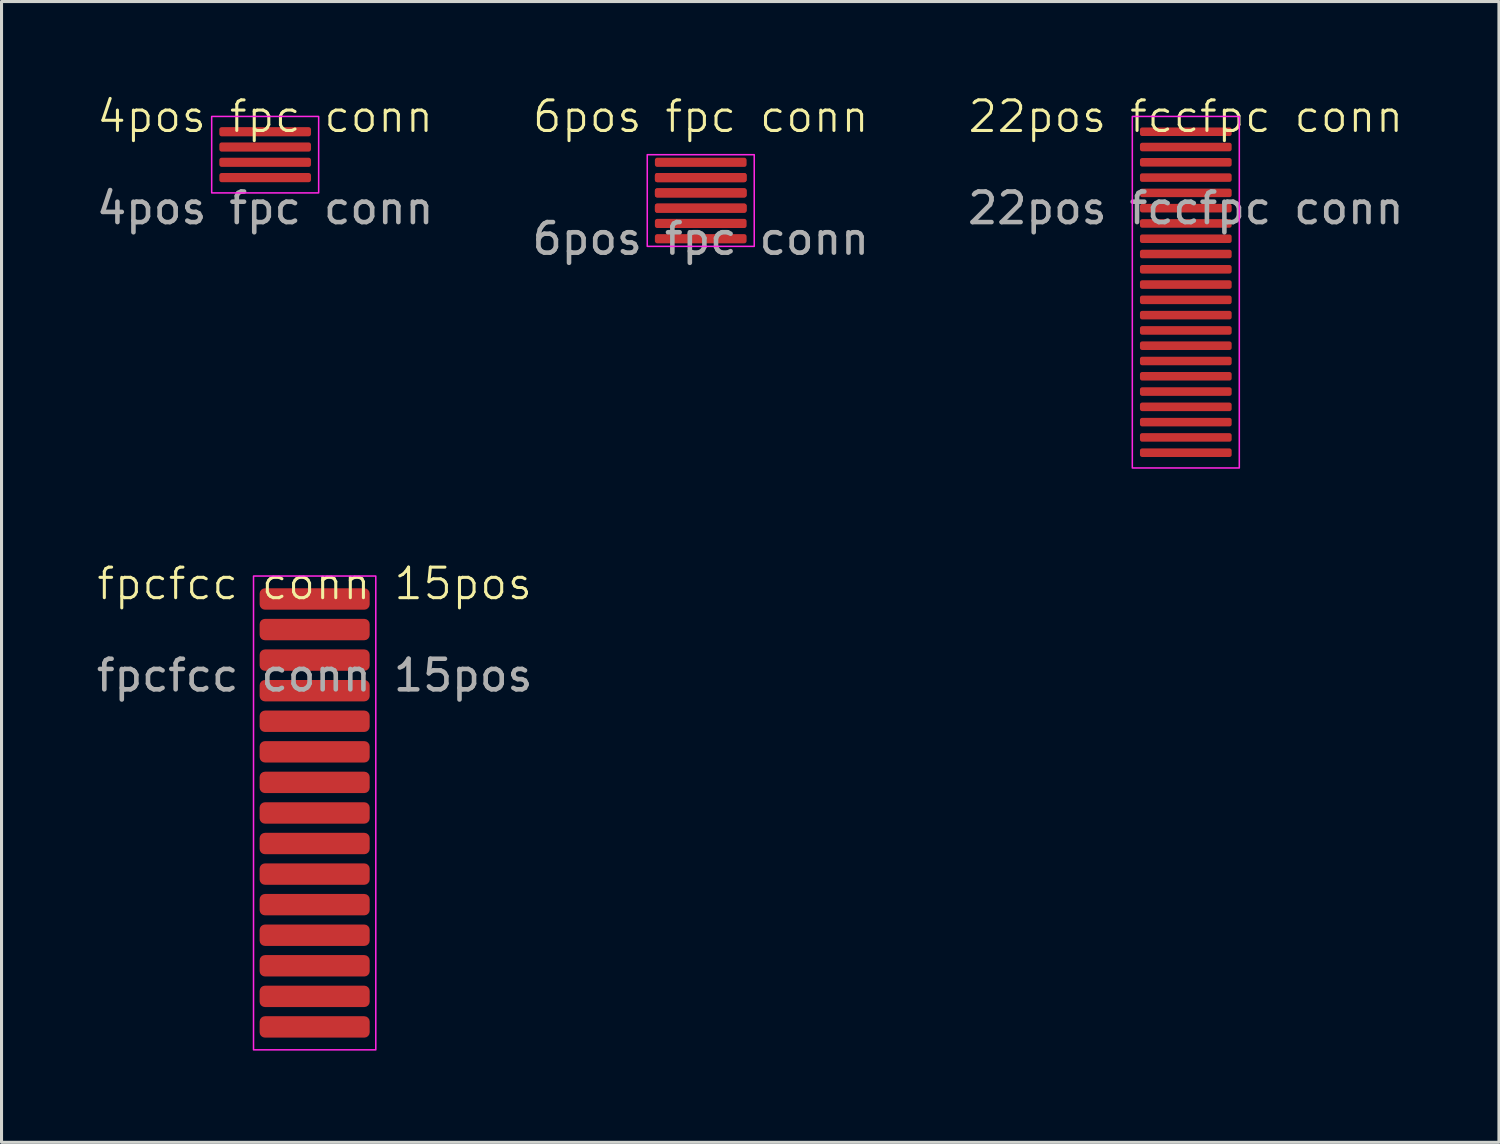
<source format=kicad_pcb>
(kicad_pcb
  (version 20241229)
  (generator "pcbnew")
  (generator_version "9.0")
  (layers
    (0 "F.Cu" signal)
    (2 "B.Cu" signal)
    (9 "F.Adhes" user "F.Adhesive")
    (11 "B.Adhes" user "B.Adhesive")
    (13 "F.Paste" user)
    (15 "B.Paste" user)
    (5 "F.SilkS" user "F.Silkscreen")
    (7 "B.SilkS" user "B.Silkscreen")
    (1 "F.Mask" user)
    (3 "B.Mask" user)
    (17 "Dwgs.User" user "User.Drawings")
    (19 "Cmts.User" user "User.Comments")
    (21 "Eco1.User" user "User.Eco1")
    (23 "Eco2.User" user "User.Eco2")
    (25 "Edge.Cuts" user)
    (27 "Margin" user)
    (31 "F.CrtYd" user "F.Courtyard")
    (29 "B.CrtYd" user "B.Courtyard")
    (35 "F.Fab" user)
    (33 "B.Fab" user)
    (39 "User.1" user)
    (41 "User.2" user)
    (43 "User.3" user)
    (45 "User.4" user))
  (footprint "4pos fpc conn"
    (layer "F.Cu")
    (at 5.625 1.26)
    (property "Reference" "4pos fpc conn" (at 0 -0.5 0) (unlocked yes) (layer "F.SilkS") (effects (font (size 1 1) (thickness 0.1))))
    (attr smd)
    (fp_rect (start -1.75 -0.5) (end 1.75 2) (stroke (width 0.05) (type default)) (fill no) (layer "F.CrtYd"))
    (fp_text user "${REFERENCE}" (at 0 2.5 0) (unlocked yes) (layer "F.Fab") (effects (font (size 1 1) (thickness 0.15))))
    (pad "1" smd roundrect (at 0 0) (size 3 0.3) (layers "F.Cu" "F.Mask" "F.Paste") (roundrect_rratio 0.25))
    (pad "2" smd roundrect (at 0 0.5) (size 3 0.3) (layers "F.Cu" "F.Mask" "F.Paste") (roundrect_rratio 0.25))
    (pad "3" smd roundrect (at 0 1) (size 3 0.3) (layers "F.Cu" "F.Mask" "F.Paste") (roundrect_rratio 0.25))
    (pad "4" smd roundrect (at 0 1.5) (size 3 0.3) (layers "F.Cu" "F.Mask" "F.Paste") (roundrect_rratio 0.25)))
  (footprint "22pos fccfpc conn"
    (layer "F.Cu")
    (at 35.744 1.26)
    (property "Reference" "22pos fccfpc conn" (at 0 -0.5 0) (unlocked yes) (layer "F.SilkS") (effects (font (size 1 1) (thickness 0.1))))
    (attr smd)
    (fp_rect (start -1.75 -0.5) (end 1.75 11) (stroke (width 0.05) (type default)) (fill no) (layer "F.CrtYd"))
    (fp_text user "${REFERENCE}" (at 0 2.5 0) (unlocked yes) (layer "F.Fab") (effects (font (size 1 1) (thickness 0.15))))
    (pad "1" smd roundrect (at 0 0) (size 3 0.28) (layers "F.Cu" "F.Mask" "F.Paste") (roundrect_rratio 0.25))
    (pad "2" smd roundrect (at 0 0.5) (size 3 0.28) (layers "F.Cu" "F.Mask" "F.Paste") (roundrect_rratio 0.25))
    (pad "3" smd roundrect (at 0 1) (size 3 0.28) (layers "F.Cu" "F.Mask" "F.Paste") (roundrect_rratio 0.25))
    (pad "4" smd roundrect (at 0 1.5) (size 3 0.28) (layers "F.Cu" "F.Mask" "F.Paste") (roundrect_rratio 0.25))
    (pad "5" smd roundrect (at 0 2) (size 3 0.28) (layers "F.Cu" "F.Mask" "F.Paste") (roundrect_rratio 0.25))
    (pad "6" smd roundrect (at 0 2.5) (size 3 0.28) (layers "F.Cu" "F.Mask" "F.Paste") (roundrect_rratio 0.25))
    (pad "7" smd roundrect (at 0 3) (size 3 0.28) (layers "F.Cu" "F.Mask" "F.Paste") (roundrect_rratio 0.25))
    (pad "8" smd roundrect (at 0 3.5) (size 3 0.28) (layers "F.Cu" "F.Mask" "F.Paste") (roundrect_rratio 0.25))
    (pad "9" smd roundrect (at 0 4) (size 3 0.28) (layers "F.Cu" "F.Mask" "F.Paste") (roundrect_rratio 0.25))
    (pad "10" smd roundrect (at 0 4.5) (size 3 0.28) (layers "F.Cu" "F.Mask" "F.Paste") (roundrect_rratio 0.25))
    (pad "11" smd roundrect (at 0 5) (size 3 0.28) (layers "F.Cu" "F.Mask" "F.Paste") (roundrect_rratio 0.25))
    (pad "12" smd roundrect (at 0 5.5) (size 3 0.28) (layers "F.Cu" "F.Mask" "F.Paste") (roundrect_rratio 0.25))
    (pad "13" smd roundrect (at 0 6) (size 3 0.28) (layers "F.Cu" "F.Mask" "F.Paste") (roundrect_rratio 0.25))
    (pad "14" smd roundrect (at 0 6.5) (size 3 0.28) (layers "F.Cu" "F.Mask" "F.Paste") (roundrect_rratio 0.25))
    (pad "15" smd roundrect (at 0 7) (size 3 0.28) (layers "F.Cu" "F.Mask" "F.Paste") (roundrect_rratio 0.25))
    (pad "16" smd roundrect (at 0 7.5) (size 3 0.28) (layers "F.Cu" "F.Mask" "F.Paste") (roundrect_rratio 0.25))
    (pad "17" smd roundrect (at 0 8) (size 3 0.28) (layers "F.Cu" "F.Mask" "F.Paste") (roundrect_rratio 0.25))
    (pad "18" smd roundrect (at 0 8.5) (size 3 0.28) (layers "F.Cu" "F.Mask" "F.Paste") (roundrect_rratio 0.25))
    (pad "19" smd roundrect (at 0 9) (size 3 0.28) (layers "F.Cu" "F.Mask" "F.Paste") (roundrect_rratio 0.25))
    (pad "20" smd roundrect (at 0 9.5) (size 3 0.28) (layers "F.Cu" "F.Mask" "F.Paste") (roundrect_rratio 0.25))
    (pad "21" smd roundrect (at 0 10) (size 3 0.28) (layers "F.Cu" "F.Mask" "F.Paste") (roundrect_rratio 0.25))
    (pad "22" smd roundrect (at 0 10.5) (size 3 0.28) (layers "F.Cu" "F.Mask" "F.Paste") (roundrect_rratio 0.25)))
  (footprint "6pos fpc conn"
    (layer "F.Cu")
    (at 19.875 2.26)
    (property "Reference" "6pos fpc conn" (at 0 -1.5 0) (unlocked yes) (layer "F.SilkS") (effects (font (size 1 1) (thickness 0.1))))
    (attr smd)
    (fp_rect (start -1.75 -0.25) (end 1.75 2.75) (stroke (width 0.05) (type default)) (fill no) (layer "F.CrtYd"))
    (fp_text user "${REFERENCE}" (at 0 2.5 0) (unlocked yes) (layer "F.Fab") (effects (font (size 1 1) (thickness 0.15))))
    (pad "1" smd roundrect (at 0 0) (size 3 0.3) (layers "F.Cu" "F.Mask" "F.Paste") (roundrect_rratio 0.25))
    (pad "2" smd roundrect (at 0 0.5) (size 3 0.3) (layers "F.Cu" "F.Mask" "F.Paste") (roundrect_rratio 0.25))
    (pad "2" smd roundrect (at 0 0.5) (size 3 0.3) (layers "F.Cu" "F.Mask" "F.Paste") (roundrect_rratio 0.25))
    (pad "3" smd roundrect (at 0 1) (size 3 0.3) (layers "F.Cu" "F.Mask" "F.Paste") (roundrect_rratio 0.25))
    (pad "3" smd roundrect (at 0 1) (size 3 0.3) (layers "F.Cu" "F.Mask" "F.Paste") (roundrect_rratio 0.25))
    (pad "4" smd roundrect (at 0 1.5) (size 3 0.3) (layers "F.Cu" "F.Mask" "F.Paste") (roundrect_rratio 0.25))
    (pad "4" smd roundrect (at 0 1.5) (size 3 0.3) (layers "F.Cu" "F.Mask" "F.Paste") (roundrect_rratio 0.25))
    (pad "5" smd roundrect (at 0 2) (size 3 0.3) (layers "F.Cu" "F.Mask" "F.Paste") (roundrect_rratio 0.25))
    (pad "6" smd roundrect (at 0 2.5) (size 3 0.3) (layers "F.Cu" "F.Mask" "F.Paste") (roundrect_rratio 0.25)))
  (footprint "fpcfcc conn 15pos"
    (layer "F.Cu")
    (at 7.244 16.546)
    (property "Reference" "fpcfcc conn 15pos" (at 0 -0.5 0) (unlocked yes) (layer "F.SilkS") (effects (font (size 1 1) (thickness 0.1))))
    (attr smd)
    (fp_rect (start -2 -0.75) (end 2 14.75) (stroke (width 0.05) (type default)) (fill no) (layer "F.CrtYd"))
    (fp_text user "${REFERENCE}" (at 0 2.5 0) (unlocked yes) (layer "F.Fab") (effects (font (size 1 1) (thickness 0.15))))
    (pad "1" smd roundrect (at 0 0) (size 3.6 0.7) (layers "F.Cu" "F.Mask" "F.Paste") (roundrect_rratio 0.25))
    (pad "2" smd roundrect (at 0 1) (size 3.6 0.7) (layers "F.Cu" "F.Mask" "F.Paste") (roundrect_rratio 0.25))
    (pad "3" smd roundrect (at 0 2) (size 3.6 0.7) (layers "F.Cu" "F.Mask" "F.Paste") (roundrect_rratio 0.25))
    (pad "4" smd roundrect (at 0 3) (size 3.6 0.7) (layers "F.Cu" "F.Mask" "F.Paste") (roundrect_rratio 0.25))
    (pad "5" smd roundrect (at 0 4) (size 3.6 0.7) (layers "F.Cu" "F.Mask" "F.Paste") (roundrect_rratio 0.25))
    (pad "6" smd roundrect (at 0 5) (size 3.6 0.7) (layers "F.Cu" "F.Mask" "F.Paste") (roundrect_rratio 0.25))
    (pad "7" smd roundrect (at 0 6) (size 3.6 0.7) (layers "F.Cu" "F.Mask" "F.Paste") (roundrect_rratio 0.25))
    (pad "8" smd roundrect (at 0 7) (size 3.6 0.7) (layers "F.Cu" "F.Mask" "F.Paste") (roundrect_rratio 0.25))
    (pad "9" smd roundrect (at 0 8) (size 3.6 0.7) (layers "F.Cu" "F.Mask" "F.Paste") (roundrect_rratio 0.25))
    (pad "10" smd roundrect (at 0 9) (size 3.6 0.7) (layers "F.Cu" "F.Mask" "F.Paste") (roundrect_rratio 0.25))
    (pad "11" smd roundrect (at 0 10) (size 3.6 0.7) (layers "F.Cu" "F.Mask" "F.Paste") (roundrect_rratio 0.25))
    (pad "12" smd roundrect (at 0 11) (size 3.6 0.7) (layers "F.Cu" "F.Mask" "F.Paste") (roundrect_rratio 0.25))
    (pad "13" smd roundrect (at 0 12) (size 3.6 0.7) (layers "F.Cu" "F.Mask" "F.Paste") (roundrect_rratio 0.25))
    (pad "14" smd roundrect (at 0 13) (size 3.6 0.7) (layers "F.Cu" "F.Mask" "F.Paste") (roundrect_rratio 0.25))
    (pad "15" smd roundrect (at 0 14) (size 3.6 0.7) (layers "F.Cu" "F.Mask" "F.Paste") (roundrect_rratio 0.25)))
  (gr_rect
    (start -3 -3)
    (end 45.988 34.321)
    (stroke (width 0.1) (type default))
    (fill no)
    (layer "Edge.Cuts")))
</source>
